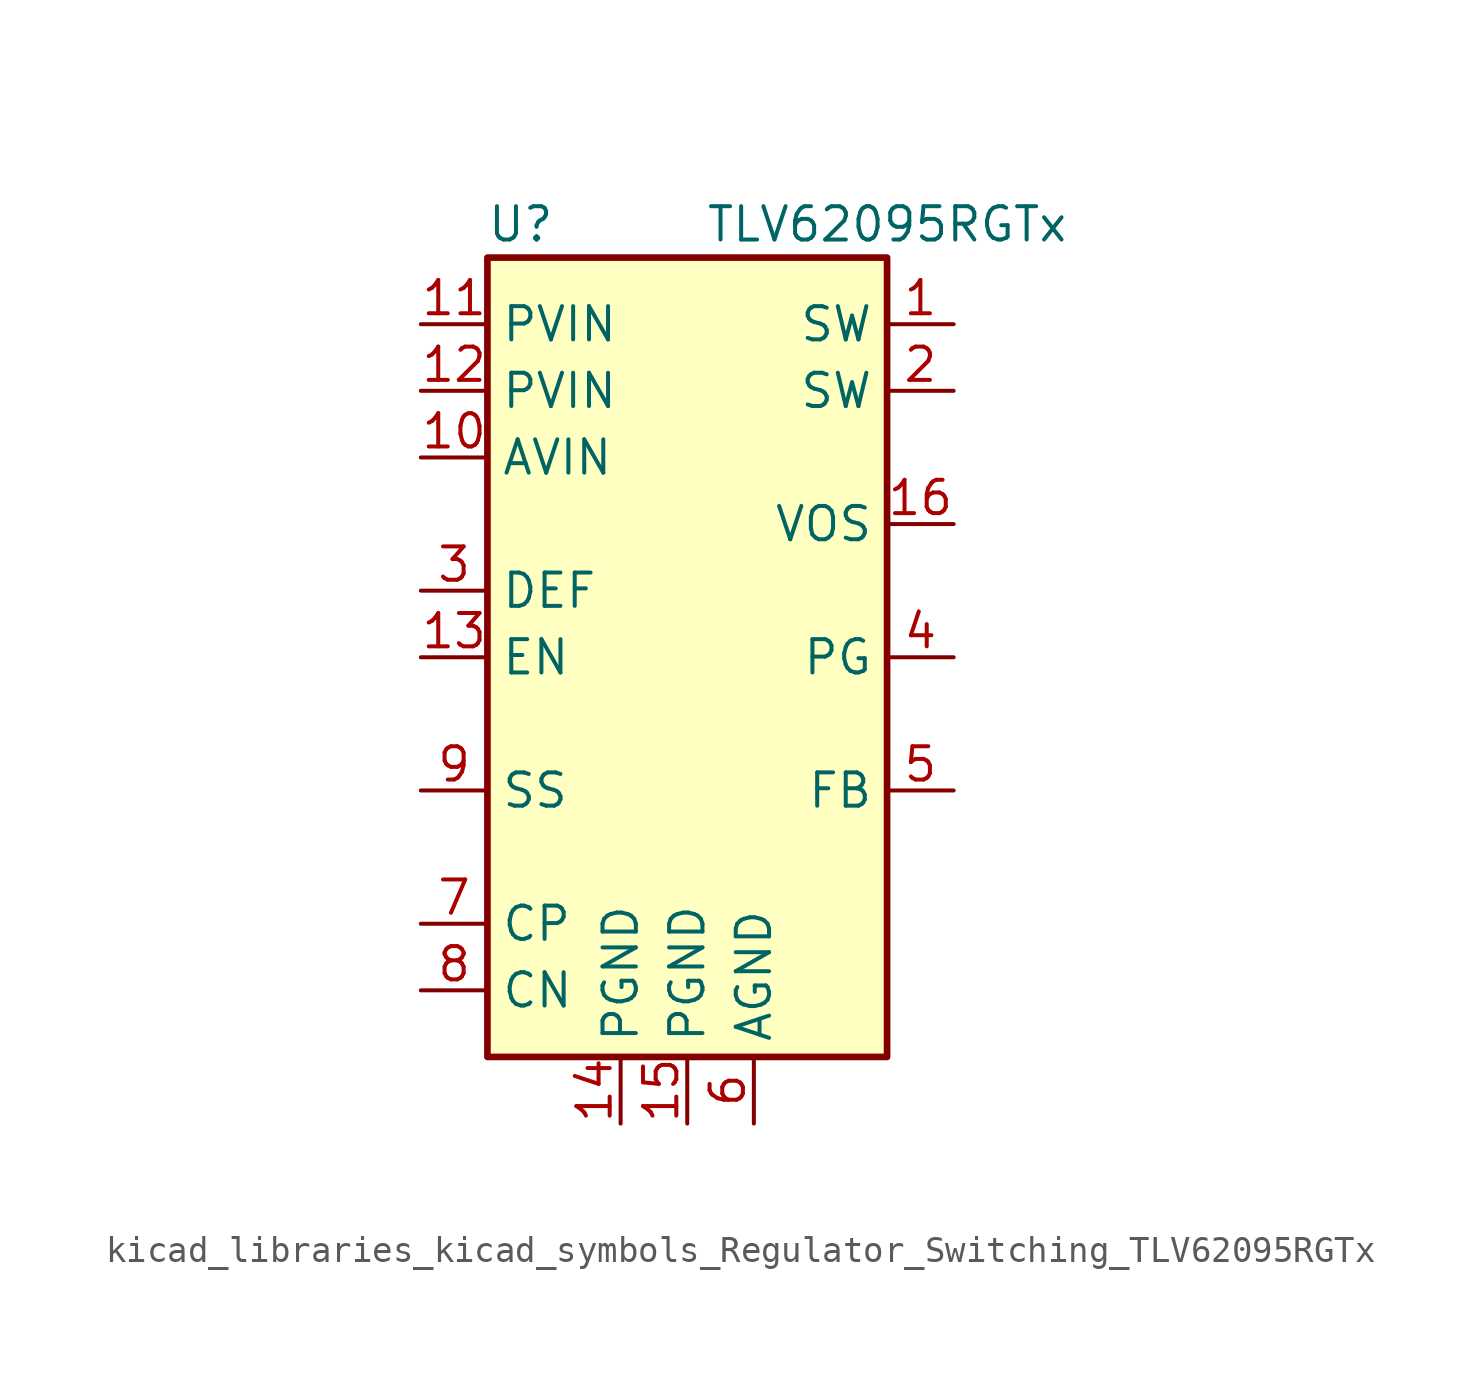
<source format=kicad_sym>
(kicad_symbol_lib
  (version 20220914)
  (generator kicad_symbol_editor)
  (symbol "kicad_libraries_kicad_symbols_Regulator_Switching_TLV62095RGTx"
    (property "Reference" "U"
      (at -6.35 16.51 0)
      (effects (font (size 1.27 1.27))))
    (property "Value" "TLV62095RGTx"
      (at 7.62 16.51 0)
      (effects (font (size 1.27 1.27))))
    (symbol "kicad_libraries_kicad_symbols_Regulator_Switching_TLV62095RGTx_0_1"
      (rectangle (start -7.62 -15.24) (end 7.62 15.24) (stroke (width 0.254) (type default)) (fill (type background)))
      (pin power_out line (at 10.16 12.7 180) (length 2.54) (name "SW" (effects (font (size 1.27 1.27)))) (number "1" (effects (font (size 1.27 1.27)))))
      (pin power_in line (at -10.16 7.62 0) (length 2.54) (name "AVIN" (effects (font (size 1.27 1.27)))) (number "10" (effects (font (size 1.27 1.27)))))
      (pin power_in line (at -10.16 12.7 0) (length 2.54) (name "PVIN" (effects (font (size 1.27 1.27)))) (number "11" (effects (font (size 1.27 1.27)))))
      (pin power_in line (at -10.16 10.16 0) (length 2.54) (name "PVIN" (effects (font (size 1.27 1.27)))) (number "12" (effects (font (size 1.27 1.27)))))
      (pin input line (at -10.16 0 0) (length 2.54) (name "EN" (effects (font (size 1.27 1.27)))) (number "13" (effects (font (size 1.27 1.27)))))
      (pin power_in line (at -2.54 -17.78 90) (length 2.54) (name "PGND" (effects (font (size 1.27 1.27)))) (number "14" (effects (font (size 1.27 1.27)))))
      (pin power_in line (at 0 -17.78 90) (length 2.54) (name "PGND" (effects (font (size 1.27 1.27)))) (number "15" (effects (font (size 1.27 1.27)))))
      (pin input line (at 10.16 5.08 180) (length 2.54) (name "VOS" (effects (font (size 1.27 1.27)))) (number "16" (effects (font (size 1.27 1.27)))))
      (pin passive line (at 2.54 -17.78 90) (length 2.54) hide (name "AGND" (effects (font (size 1.27 1.27)))) (number "17" (effects (font (size 1.27 1.27)))))
      (pin power_out line (at 10.16 10.16 180) (length 2.54) (name "SW" (effects (font (size 1.27 1.27)))) (number "2" (effects (font (size 1.27 1.27)))))
      (pin input line (at -10.16 2.54 0) (length 2.54) (name "DEF" (effects (font (size 1.27 1.27)))) (number "3" (effects (font (size 1.27 1.27)))))
      (pin tri_state line (at 10.16 0 180) (length 2.54) (name "PG" (effects (font (size 1.27 1.27)))) (number "4" (effects (font (size 1.27 1.27)))))
      (pin input line (at 10.16 -5.08 180) (length 2.54) (name "FB" (effects (font (size 1.27 1.27)))) (number "5" (effects (font (size 1.27 1.27)))))
      (pin power_in line (at 2.54 -17.78 90) (length 2.54) (name "AGND" (effects (font (size 1.27 1.27)))) (number "6" (effects (font (size 1.27 1.27)))))
      (pin passive line (at -10.16 -10.16 0) (length 2.54) (name "CP" (effects (font (size 1.27 1.27)))) (number "7" (effects (font (size 1.27 1.27)))))
      (pin passive line (at -10.16 -12.7 0) (length 2.54) (name "CN" (effects (font (size 1.27 1.27)))) (number "8" (effects (font (size 1.27 1.27)))))
      (pin input line (at -10.16 -5.08 0) (length 2.54) (name "SS" (effects (font (size 1.27 1.27)))) (number "9" (effects (font (size 1.27 1.27))))))))
</source>
